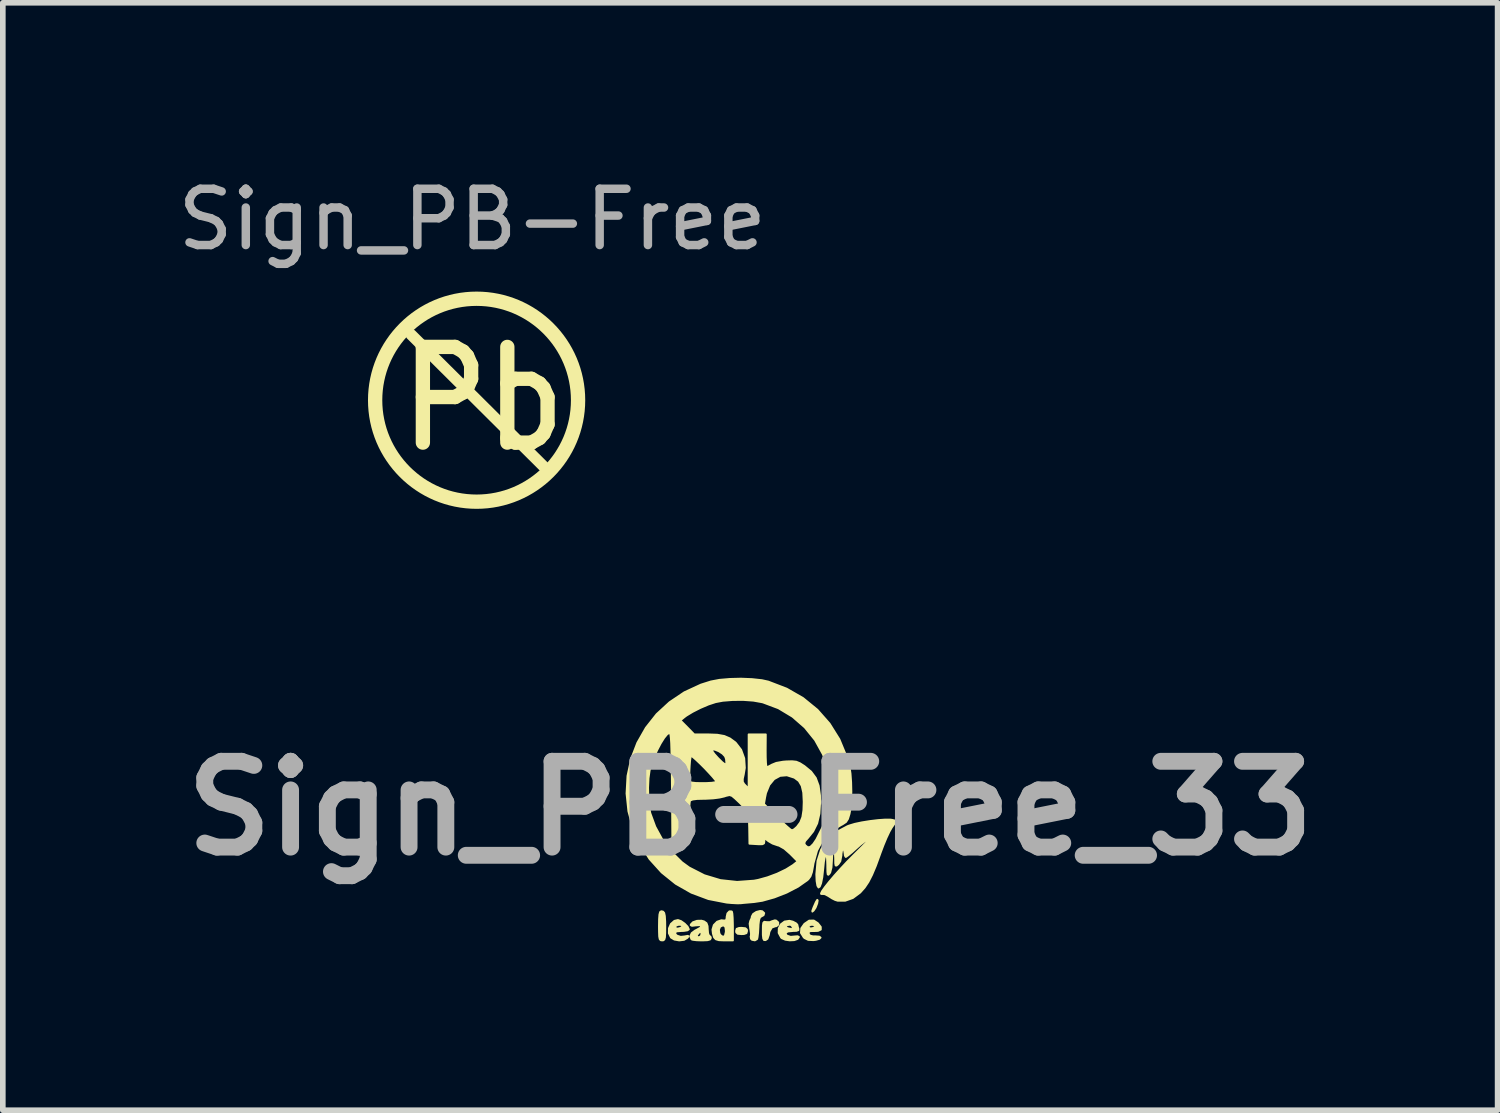
<source format=kicad_pcb>
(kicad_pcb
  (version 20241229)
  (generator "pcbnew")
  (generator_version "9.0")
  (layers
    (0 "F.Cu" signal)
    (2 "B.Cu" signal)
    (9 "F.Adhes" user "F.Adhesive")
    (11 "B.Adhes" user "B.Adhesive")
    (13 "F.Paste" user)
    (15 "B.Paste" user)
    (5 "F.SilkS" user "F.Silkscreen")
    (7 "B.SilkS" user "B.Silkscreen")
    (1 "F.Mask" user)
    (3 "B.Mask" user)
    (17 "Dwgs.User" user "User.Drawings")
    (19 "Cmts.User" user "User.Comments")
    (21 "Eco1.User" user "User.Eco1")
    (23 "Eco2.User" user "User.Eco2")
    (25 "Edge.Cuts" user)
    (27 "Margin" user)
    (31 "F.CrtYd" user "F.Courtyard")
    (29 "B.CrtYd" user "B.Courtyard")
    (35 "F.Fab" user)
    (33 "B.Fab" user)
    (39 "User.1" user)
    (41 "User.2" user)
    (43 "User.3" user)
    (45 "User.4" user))
  (footprint "Sign_PB-Free_33"
    (layer "F.Cu")
    (at 10.276 11.308)
    (property "Reference" "Sign_PB-Free_33" (at 0 0 0) (layer "F.Fab") (effects (font (size 1.524 1.524) (thickness 0.3))))
    (attr through_hole)
    (fp_poly (pts (xy 1.199 1.635) (xy 1.19 1.69) (xy 1.161 1.765) (xy 1.127 1.816) (xy 1.104 1.835) (xy 1.103 1.82) (xy 1.124 1.762) (xy 1.13 1.748) (xy 1.167 1.664) (xy 1.191 1.626) (xy 1.199 1.635)) (stroke (width 0.033) (type solid)) (fill yes) (layer "F.SilkS"))
    (fp_poly (pts (xy -0.056 2.179) (xy -0.067 2.218) (xy -0.11 2.233) (xy -0.154 2.235) (xy -0.221 2.229) (xy -0.248 2.205) (xy -0.251 2.179) (xy -0.241 2.141) (xy -0.198 2.125) (xy -0.154 2.123) (xy -0.086 2.13) (xy -0.059 2.154) (xy -0.056 2.179)) (stroke (width 0.033) (type solid)) (fill yes) (layer "F.SilkS"))
    (fp_poly (pts (xy -1.509 2.098) (xy -1.51 2.217) (xy -1.514 2.291) (xy -1.525 2.33) (xy -1.543 2.345) (xy -1.565 2.347) (xy -1.591 2.343) (xy -1.608 2.323) (xy -1.617 2.276) (xy -1.62 2.193) (xy -1.621 2.1) (xy -1.619 1.97) (xy -1.613 1.887) (xy -1.601 1.842) (xy -1.579 1.828) (xy -1.548 1.835) (xy -1.528 1.858) (xy -1.516 1.914) (xy -1.51 2.011) (xy -1.509 2.098)) (stroke (width 0.033) (type solid)) (fill yes) (layer "F.SilkS"))
    (fp_poly (pts (xy 0.498 2.027) (xy 0.497 2.069) (xy 0.462 2.095) (xy 0.45 2.095) (xy 0.383 2.119) (xy 0.342 2.191) (xy 0.331 2.249) (xy 0.307 2.318) (xy 0.272 2.342) (xy 0.245 2.34) (xy 0.231 2.313) (xy 0.224 2.25) (xy 0.224 2.178) (xy 0.225 2.084) (xy 0.232 2.034) (xy 0.249 2.016) (xy 0.281 2.02) (xy 0.285 2.021) (xy 0.349 2.022) (xy 0.382 2.007) (xy 0.437 1.99) (xy 0.461 1.994) (xy 0.498 2.027)) (stroke (width 0.033) (type solid)) (fill yes) (layer "F.SilkS"))
    (fp_poly (pts (xy 0.249 1.861) (xy 0.238 1.899) (xy 0.203 1.918) (xy 0.175 1.936) (xy 0.158 1.981) (xy 0.148 2.065) (xy 0.146 2.115) (xy 0.14 2.213) (xy 0.131 2.288) (xy 0.123 2.323) (xy 0.083 2.346) (xy 0.032 2.336) (xy 0.014 2.319) (xy 0.007 2.276) (xy 0.011 2.269) (xy 0.014 2.229) (xy 0.004 2.159) (xy -0.000343 2.136) (xy -0.011 2.05) (xy -0.000078 2.001) (xy 0.001 1.999) (xy 0.024 1.95) (xy 0.028 1.922) (xy 0.052 1.877) (xy 0.109 1.84) (xy 0.176 1.823) (xy 0.214 1.828) (xy 0.249 1.861)) (stroke (width 0.033) (type solid)) (fill yes) (layer "F.SilkS"))
    (fp_poly (pts (xy 1.254 2.154) (xy 1.204 2.178) (xy 1.158 2.18) (xy 1.158 2.092) (xy 1.12 2.07) (xy 1.071 2.071) (xy 1.037 2.094) (xy 1.034 2.106) (xy 1.056 2.132) (xy 1.103 2.13) (xy 1.15 2.112) (xy 1.158 2.092) (xy 1.158 2.18) (xy 1.103 2.181) (xy 1.094 2.18) (xy 1.046 2.186) (xy 1.038 2.222) (xy 1.039 2.226) (xy 1.061 2.261) (xy 1.115 2.274) (xy 1.155 2.274) (xy 1.227 2.279) (xy 1.25 2.297) (xy 1.228 2.319) (xy 1.165 2.337) (xy 1.124 2.342) (xy 1.031 2.338) (xy 0.966 2.306) (xy 0.951 2.293) (xy 0.901 2.213) (xy 0.907 2.131) (xy 0.963 2.052) (xy 1.047 1.995) (xy 1.129 1.993) (xy 1.201 2.04) (xy 1.254 2.107) (xy 1.254 2.154)) (stroke (width 0.033) (type solid)) (fill yes) (layer "F.SilkS"))
    (fp_poly (pts (xy -0.307 2.347) (xy -0.433 2.347) (xy -0.433 2.177) (xy -0.44 2.111) (xy -0.465 2.084) (xy -0.489 2.082) (xy -0.535 2.104) (xy -0.556 2.158) (xy -0.547 2.222) (xy -0.529 2.252) (xy -0.484 2.284) (xy -0.45 2.265) (xy -0.434 2.199) (xy -0.433 2.177) (xy -0.433 2.347) (xy -0.46 2.347) (xy -0.555 2.343) (xy -0.61 2.327) (xy -0.64 2.295) (xy -0.642 2.293) (xy -0.663 2.225) (xy -0.671 2.154) (xy -0.647 2.074) (xy -0.588 2.014) (xy -0.512 1.988) (xy -0.475 1.992) (xy -0.434 1.993) (xy -0.42 1.957) (xy -0.419 1.928) (xy -0.405 1.867) (xy -0.37 1.83) (xy -0.331 1.831) (xy -0.324 1.837) (xy -0.317 1.87) (xy -0.311 1.946) (xy -0.308 2.05) (xy -0.307 2.1) (xy -0.307 2.347)) (stroke (width 0.033) (type solid)) (fill yes) (layer "F.SilkS"))
    (fp_poly (pts (xy -1.09 2.15) (xy -1.115 2.168) (xy -1.178 2.178) (xy -1.201 2.179) (xy -1.201 2.092) (xy -1.223 2.072) (xy -1.271 2.069) (xy -1.314 2.082) (xy -1.325 2.092) (xy -1.328 2.127) (xy -1.325 2.13) (xy -1.288 2.137) (xy -1.238 2.124) (xy -1.204 2.1) (xy -1.201 2.092) (xy -1.201 2.179) (xy -1.215 2.179) (xy -1.303 2.186) (xy -1.338 2.207) (xy -1.321 2.243) (xy -1.3 2.262) (xy -1.235 2.283) (xy -1.168 2.276) (xy -1.109 2.265) (xy -1.095 2.273) (xy -1.115 2.301) (xy -1.175 2.337) (xy -1.261 2.347) (xy -1.347 2.332) (xy -1.407 2.296) (xy -1.445 2.219) (xy -1.444 2.132) (xy -1.409 2.054) (xy -1.347 1.999) (xy -1.284 1.984) (xy -1.229 2.003) (xy -1.165 2.048) (xy -1.112 2.102) (xy -1.09 2.15) (xy -1.09 2.15)) (stroke (width 0.033) (type solid)) (fill yes) (layer "F.SilkS"))
    (fp_poly (pts (xy 0.866 2.286) (xy 0.842 2.321) (xy 0.782 2.342) (xy 0.703 2.346) (xy 0.624 2.335) (xy 0.561 2.307) (xy 0.549 2.296) (xy 0.505 2.214) (xy 0.507 2.132) (xy 0.545 2.06) (xy 0.611 2.011) (xy 0.696 1.998) (xy 0.757 2.013) (xy 0.813 2.042) (xy 0.838 2.068) (xy 0.838 2.069) (xy 0.847 2.112) (xy 0.855 2.135) (xy 0.856 2.164) (xy 0.821 2.177) (xy 0.759 2.179) (xy 0.754 2.18) (xy 0.754 2.109) (xy 0.731 2.075) (xy 0.7 2.068) (xy 0.645 2.079) (xy 0.631 2.104) (xy 0.661 2.128) (xy 0.677 2.132) (xy 0.729 2.143) (xy 0.747 2.148) (xy 0.754 2.129) (xy 0.754 2.109) (xy 0.754 2.18) (xy 0.67 2.188) (xy 0.629 2.211) (xy 0.64 2.248) (xy 0.656 2.262) (xy 0.718 2.283) (xy 0.781 2.277) (xy 0.842 2.272) (xy 0.866 2.286) (xy 0.866 2.286)) (stroke (width 0.033) (type solid)) (fill yes) (layer "F.SilkS"))
    (fp_poly (pts (xy -0.699 2.305) (xy -0.712 2.33) (xy -0.758 2.343) (xy -0.849 2.347) (xy -0.861 2.347) (xy -0.866 2.347) (xy -0.866 2.232) (xy -0.872 2.191) (xy -0.898 2.2) (xy -0.908 2.207) (xy -0.943 2.248) (xy -0.95 2.267) (xy -0.927 2.288) (xy -0.908 2.291) (xy -0.874 2.267) (xy -0.866 2.232) (xy -0.866 2.347) (xy -0.952 2.344) (xy -1.019 2.336) (xy -1.043 2.328) (xy -1.065 2.274) (xy -1.04 2.217) (xy -0.974 2.168) (xy -0.964 2.164) (xy -0.891 2.124) (xy -0.867 2.093) (xy -0.891 2.075) (xy -0.963 2.08) (xy -0.967 2.08) (xy -1.034 2.088) (xy -1.057 2.076) (xy -1.056 2.064) (xy -1.017 2.023) (xy -0.945 1.998) (xy -0.866 1.996) (xy -0.821 2.008) (xy -0.776 2.04) (xy -0.757 2.093) (xy -0.754 2.151) (xy -0.748 2.221) (xy -0.733 2.26) (xy -0.726 2.263) (xy -0.702 2.286) (xy -0.699 2.305)) (stroke (width 0.033) (type solid)) (fill yes) (layer "F.SilkS"))
    (fp_poly (pts (xy 2.597 0.224) (xy 2.514 0.343) (xy 2.473 0.415) (xy 2.421 0.525) (xy 2.365 0.66) (xy 2.311 0.804) (xy 2.307 0.816) (xy 2.232 1.022) (xy 2.164 1.183) (xy 2.1 1.308) (xy 2.033 1.408) (xy 1.959 1.491) (xy 1.95 1.5) (xy 1.823 1.594) (xy 1.687 1.642) (xy 1.555 1.642) (xy 1.509 1.628) (xy 1.457 1.602) (xy 1.391 1.56) (xy 1.39 1.559) (xy 1.33 1.527) (xy 1.288 1.521) (xy 1.285 1.523) (xy 1.26 1.522) (xy 1.257 1.512) (xy 1.276 1.472) (xy 1.327 1.4) (xy 1.404 1.303) (xy 1.499 1.191) (xy 1.608 1.07) (xy 1.722 0.948) (xy 1.835 0.834) (xy 1.841 0.828) (xy 1.937 0.733) (xy 2.016 0.654) (xy 2.072 0.597) (xy 2.095 0.57) (xy 2.095 0.569) (xy 2.081 0.558) (xy 2.036 0.584) (xy 1.957 0.647) (xy 1.885 0.711) (xy 1.805 0.783) (xy 1.74 0.836) (xy 1.702 0.863) (xy 1.697 0.865) (xy 1.682 0.842) (xy 1.676 0.796) (xy 1.667 0.744) (xy 1.648 0.726) (xy 1.631 0.751) (xy 1.621 0.813) (xy 1.621 0.834) (xy 1.601 0.94) (xy 1.565 0.992) (xy 1.533 1.018) (xy 1.517 1.016) (xy 1.51 0.978) (xy 1.509 0.894) (xy 1.509 0.883) (xy 1.504 0.791) (xy 1.492 0.744) (xy 1.481 0.74) (xy 1.466 0.775) (xy 1.456 0.849) (xy 1.452 0.931) (xy 1.444 1.052) (xy 1.422 1.138) (xy 1.41 1.158) (xy 1.389 1.181) (xy 1.377 1.175) (xy 1.371 1.132) (xy 1.369 1.044) (xy 1.369 1.006) (xy 1.365 0.894) (xy 1.355 0.836) (xy 1.341 0.828) (xy 1.325 0.868) (xy 1.309 0.955) (xy 1.297 1.077) (xy 1.281 1.224) (xy 1.26 1.33) (xy 1.236 1.391) (xy 1.213 1.407) (xy 1.193 1.375) (xy 1.179 1.292) (xy 1.174 1.171) (xy 1.195 0.934) (xy 1.26 0.732) (xy 1.37 0.562) (xy 1.525 0.425) (xy 1.727 0.318) (xy 1.758 0.306) (xy 1.857 0.276) (xy 1.985 0.249) (xy 2.129 0.226) (xy 2.272 0.209) (xy 2.399 0.2) (xy 2.494 0.201) (xy 2.522 0.205) (xy 2.597 0.224)) (stroke (width 0.033) (type solid)) (fill yes) (layer "F.SilkS"))
    (fp_poly (pts (xy 1.797 -0.292) (xy 1.792 -0.125) (xy 1.779 0.02) (xy 1.764 0.1) (xy 1.737 0.188) (xy 1.702 0.243) (xy 1.641 0.284) (xy 1.608 0.301) (xy 1.427 0.415) (xy 1.423 0.42) (xy 1.423 -0.264) (xy 1.411 -0.543) (xy 1.386 -0.677) (xy 1.293 -0.956) (xy 1.152 -1.211) (xy 0.97 -1.436) (xy 0.751 -1.627) (xy 0.502 -1.777) (xy 0.228 -1.88) (xy 0.207 -1.885) (xy 0.058 -1.912) (xy -0.122 -1.925) (xy -0.311 -1.924) (xy -0.487 -1.91) (xy -0.614 -1.886) (xy -0.742 -1.844) (xy -0.885 -1.783) (xy -1.023 -1.713) (xy -1.135 -1.645) (xy -1.171 -1.618) (xy -1.239 -1.562) (xy -1.116 -1.438) (xy -0.994 -1.313) (xy -0.747 -1.313) (xy -0.584 -1.307) (xy -0.461 -1.285) (xy -0.361 -1.242) (xy -0.268 -1.174) (xy -0.256 -1.163) (xy -0.161 -1.04) (xy -0.106 -0.888) (xy -0.095 -0.719) (xy -0.114 -0.603) (xy -0.132 -0.521) (xy -0.131 -0.47) (xy -0.108 -0.432) (xy -0.088 -0.411) (xy -0.028 -0.351) (xy -0.028 -0.832) (xy -0.028 -1.313) (xy 0.124 -1.313) (xy 0.277 -1.313) (xy 0.275 -1.027) (xy 0.276 -0.907) (xy 0.28 -0.81) (xy 0.286 -0.749) (xy 0.291 -0.733) (xy 0.324 -0.742) (xy 0.38 -0.772) (xy 0.382 -0.774) (xy 0.463 -0.807) (xy 0.582 -0.828) (xy 0.64 -0.833) (xy 0.745 -0.836) (xy 0.818 -0.828) (xy 0.883 -0.801) (xy 0.963 -0.75) (xy 1.082 -0.652) (xy 1.165 -0.54) (xy 1.216 -0.402) (xy 1.24 -0.229) (xy 1.243 -0.113) (xy 1.23 0.097) (xy 1.19 0.267) (xy 1.119 0.41) (xy 1.028 0.523) (xy 0.976 0.582) (xy 0.961 0.621) (xy 0.977 0.655) (xy 0.977 0.655) (xy 1.022 0.692) (xy 1.067 0.686) (xy 1.119 0.635) (xy 1.175 0.552) (xy 1.303 0.296) (xy 1.386 0.02) (xy 1.423 -0.264) (xy 1.423 0.42) (xy 1.288 0.564) (xy 1.188 0.751) (xy 1.125 0.977) (xy 1.118 1.02) (xy 1.097 1.133) (xy 1.071 1.208) (xy 1.033 1.26) (xy 1.012 1.279) (xy 0.95 1.322) (xy 0.95 -0.115) (xy 0.942 -0.279) (xy 0.914 -0.399) (xy 0.864 -0.484) (xy 0.787 -0.542) (xy 0.783 -0.544) (xy 0.652 -0.586) (xy 0.531 -0.576) (xy 0.425 -0.518) (xy 0.34 -0.415) (xy 0.281 -0.271) (xy 0.266 -0.199) (xy 0.245 -0.077) (xy 0.478 0.157) (xy 0.572 0.249) (xy 0.653 0.323) (xy 0.713 0.374) (xy 0.742 0.391) (xy 0.781 0.372) (xy 0.831 0.328) (xy 0.889 0.25) (xy 0.926 0.156) (xy 0.945 0.033) (xy 0.95 -0.115) (xy 0.95 1.322) (xy 0.848 1.394) (xy 0.843 1.396) (xy 0.843 0.942) (xy 0.711 0.809) (xy 0.606 0.717) (xy 0.514 0.665) (xy 0.488 0.658) (xy 0.398 0.627) (xy 0.324 0.584) (xy 0.251 0.527) (xy 0.251 0.586) (xy 0.246 0.622) (xy 0.218 0.638) (xy 0.156 0.639) (xy 0.119 0.637) (xy -0.014 0.629) (xy -0.018 0.356) (xy -0.022 0.226) (xy -0.032 0.132) (xy -0.057 0.058) (xy -0.104 -0.011) (xy -0.179 -0.09) (xy -0.268 -0.174) (xy -0.323 -0.22) (xy -0.367 -0.235) (xy -0.424 -0.222) (xy -0.424 -0.807) (xy -0.43 -0.877) (xy -0.447 -0.923) (xy -0.491 -0.97) (xy -0.557 -1.013) (xy -0.625 -1.041) (xy -0.676 -1.044) (xy -0.68 -1.042) (xy -0.674 -1.017) (xy -0.636 -0.964) (xy -0.573 -0.894) (xy -0.568 -0.889) (xy -0.497 -0.819) (xy -0.454 -0.786) (xy -0.433 -0.784) (xy -0.424 -0.807) (xy -0.424 -0.222) (xy -0.426 -0.222) (xy -0.461 -0.21) (xy -0.544 -0.191) (xy -0.603 -0.183) (xy -0.603 -0.472) (xy -0.616 -0.498) (xy -0.661 -0.553) (xy -0.727 -0.626) (xy -0.805 -0.709) (xy -0.886 -0.79) (xy -0.961 -0.861) (xy -1.018 -0.911) (xy -1.05 -0.931) (xy -1.059 -0.908) (xy -1.068 -0.845) (xy -1.075 -0.757) (xy -1.08 -0.659) (xy -1.081 -0.568) (xy -1.078 -0.499) (xy -1.072 -0.469) (xy -1.038 -0.458) (xy -0.966 -0.45) (xy -0.871 -0.448) (xy -0.771 -0.449) (xy -0.681 -0.454) (xy -0.62 -0.464) (xy -0.603 -0.472) (xy -0.603 -0.183) (xy -0.661 -0.176) (xy -0.79 -0.169) (xy -0.814 -0.169) (xy -0.942 -0.166) (xy -1.022 -0.156) (xy -1.062 -0.14) (xy -1.071 -0.129) (xy -1.077 -0.086) (xy -1.082 -0.001) (xy -1.085 0.114) (xy -1.087 0.22) (xy -1.087 0.352) (xy -1.088 0.467) (xy -1.088 0.552) (xy -1.089 0.588) (xy -1.095 0.621) (xy -1.122 0.637) (xy -1.183 0.64) (xy -1.236 0.637) (xy -1.383 0.629) (xy -1.39 -0.356) (xy -1.393 -0.629) (xy -1.396 -0.85) (xy -1.4 -1.024) (xy -1.404 -1.155) (xy -1.41 -1.248) (xy -1.417 -1.307) (xy -1.426 -1.336) (xy -1.433 -1.341) (xy -1.475 -1.316) (xy -1.529 -1.25) (xy -1.591 -1.151) (xy -1.653 -1.032) (xy -1.711 -0.903) (xy -1.758 -0.774) (xy -1.787 -0.671) (xy -1.806 -0.534) (xy -1.814 -0.367) (xy -1.81 -0.191) (xy -1.796 -0.029) (xy -1.775 0.084) (xy -1.686 0.327) (xy -1.557 0.563) (xy -1.396 0.777) (xy -1.212 0.958) (xy -1.083 1.052) (xy -0.815 1.189) (xy -0.529 1.275) (xy -0.233 1.307) (xy 0.068 1.285) (xy 0.142 1.271) (xy 0.308 1.225) (xy 0.479 1.161) (xy 0.637 1.085) (xy 0.76 1.008) (xy 0.766 1.003) (xy 0.843 0.942) (xy 0.843 1.396) (xy 0.647 1.498) (xy 0.429 1.583) (xy 0.215 1.643) (xy 0.07 1.665) (xy -0.034 1.674) (xy -0.125 1.682) (xy -0.168 1.687) (xy -0.232 1.688) (xy -0.329 1.683) (xy -0.419 1.675) (xy -0.742 1.612) (xy -1.045 1.499) (xy -1.324 1.34) (xy -1.573 1.139) (xy -1.788 0.901) (xy -1.962 0.628) (xy -2.078 0.369) (xy -2.164 0.053) (xy -2.197 -0.264) (xy -2.18 -0.576) (xy -2.115 -0.878) (xy -2.005 -1.164) (xy -1.853 -1.431) (xy -1.662 -1.673) (xy -1.433 -1.884) (xy -1.17 -2.061) (xy -0.876 -2.197) (xy -0.699 -2.253) (xy -0.547 -2.282) (xy -0.362 -2.298) (xy -0.163 -2.303) (xy 0.033 -2.295) (xy 0.208 -2.276) (xy 0.321 -2.251) (xy 0.647 -2.126) (xy 0.938 -1.959) (xy 1.193 -1.751) (xy 1.409 -1.506) (xy 1.584 -1.226) (xy 1.713 -0.914) (xy 1.763 -0.739) (xy 1.782 -0.618) (xy 1.793 -0.463) (xy 1.797 -0.292)) (stroke (width 0.033) (type solid)) (fill yes) (layer "F.SilkS")))
  (footprint "Sign_PB-Free"
    (layer "F.Cu")
    (at 5.619 4.374)
    (property "Reference" "Sign_PB-Free" (at -0.279 -3.526 0) (layer "F.Fab") (effects (font (size 1 1) (thickness 0.15))))
    (attr through_hole)
    (fp_line (start -1.364 -1.478) (end 1.069 0.942) (stroke (width 0.2) (type solid)) (layer "F.SilkS"))
    (fp_circle (center -0.203 -0.315) (end 0.907 -1.735) (stroke (width 0.254) (type solid)) (fill no) (layer "F.SilkS"))
    (fp_text user "Pb" (at -0.086 -0.335 0) (layer "F.SilkS") (effects (font (size 1.7 1.5) (thickness 0.254)))))
  (gr_rect
    (start -3 -3)
    (end 23.552 16.671)
    (stroke (width 0.1) (type default))
    (fill no)
    (layer "Edge.Cuts")))
</source>
